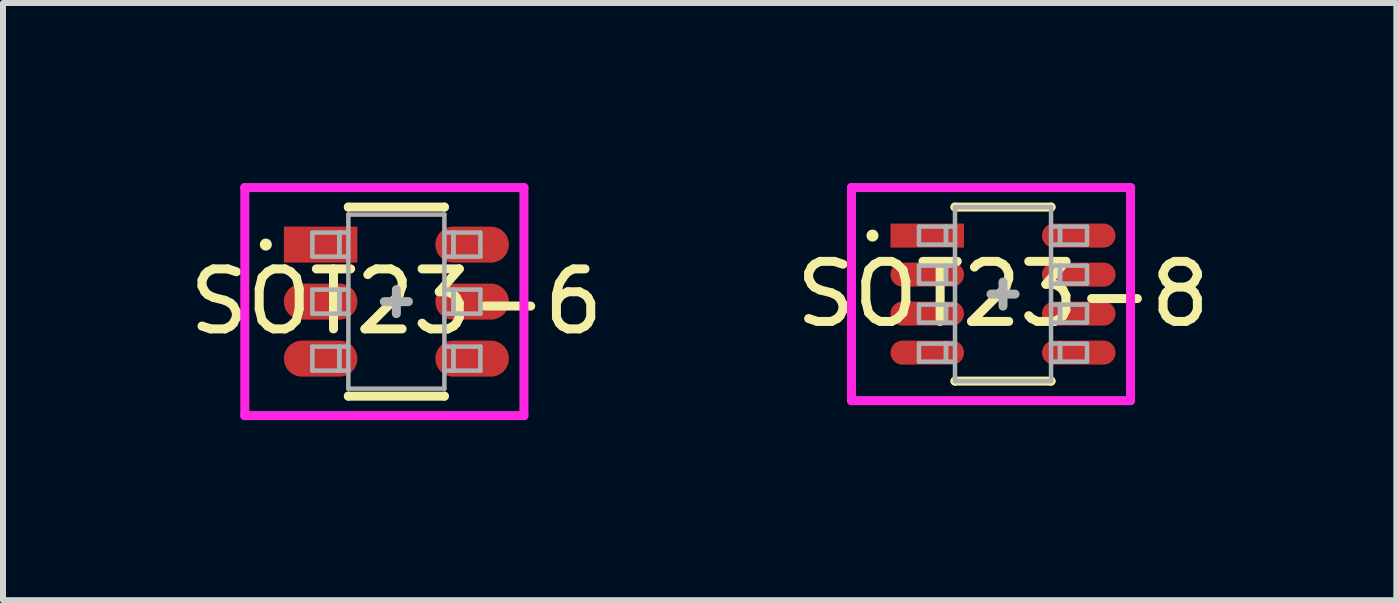
<source format=kicad_pcb>
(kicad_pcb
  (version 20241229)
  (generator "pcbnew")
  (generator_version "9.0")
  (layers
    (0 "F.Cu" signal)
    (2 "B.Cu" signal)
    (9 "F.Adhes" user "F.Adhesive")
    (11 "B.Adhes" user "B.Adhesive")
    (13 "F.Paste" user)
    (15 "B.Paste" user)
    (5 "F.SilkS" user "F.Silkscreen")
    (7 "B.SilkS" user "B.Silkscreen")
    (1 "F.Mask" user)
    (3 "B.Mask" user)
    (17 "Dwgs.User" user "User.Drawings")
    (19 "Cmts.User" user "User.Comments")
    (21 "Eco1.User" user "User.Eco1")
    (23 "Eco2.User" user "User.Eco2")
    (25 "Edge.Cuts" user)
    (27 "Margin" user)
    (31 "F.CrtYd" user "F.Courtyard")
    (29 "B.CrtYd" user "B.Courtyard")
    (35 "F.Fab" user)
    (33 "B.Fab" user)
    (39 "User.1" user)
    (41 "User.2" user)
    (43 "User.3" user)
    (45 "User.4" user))
  (footprint "SOT23-6"
    (layer "F.Cu")
    (at 3.554 1.975)
    (property "Reference" "SOT23-6" (at 0 0 0) (layer "F.SilkS") (effects (font (size 1 1) (thickness 0.15))))
    (attr through_hole)
    (fp_line (start -2.175 -0.95) (end -2.175 -0.95) (stroke (width 0.2) (type solid)) (layer "F.SilkS"))
    (fp_line (start -0.8 -1.575) (end -0.8 -1.575) (stroke (width 0.15) (type solid)) (layer "F.SilkS"))
    (fp_line (start -0.8 -1.575) (end 0.8 -1.575) (stroke (width 0.15) (type solid)) (layer "F.SilkS"))
    (fp_line (start -0.8 1.575) (end -0.8 1.575) (stroke (width 0.15) (type solid)) (layer "F.SilkS"))
    (fp_line (start -0.8 1.575) (end 0.8 1.575) (stroke (width 0.15) (type solid)) (layer "F.SilkS"))
    (fp_line (start 0.8 -1.575) (end 0.8 -1.575) (stroke (width 0.15) (type solid)) (layer "F.SilkS"))
    (fp_line (start 0.8 1.575) (end 0.8 1.575) (stroke (width 0.15) (type solid)) (layer "F.SilkS"))
    (fp_line (start -2.525 -1.9) (end -2.525 1.9) (stroke (width 0.15) (type solid)) (layer "F.CrtYd"))
    (fp_line (start -2.525 1.9) (end 2.125 1.9) (stroke (width 0.15) (type solid)) (layer "F.CrtYd"))
    (fp_line (start 2.125 -1.9) (end -2.525 -1.9) (stroke (width 0.15) (type solid)) (layer "F.CrtYd"))
    (fp_line (start 2.125 1.9) (end 2.125 -1.9) (stroke (width 0.15) (type solid)) (layer "F.CrtYd"))
    (fp_line (start -1.4 -1.15) (end -1.4 -0.75) (stroke (width 0.075) (type solid)) (layer "F.Fab"))
    (fp_line (start -1.4 -0.75) (end -0.95 -0.75) (stroke (width 0.075) (type solid)) (layer "F.Fab"))
    (fp_line (start -1.4 -0.2) (end -1.4 0.2) (stroke (width 0.075) (type solid)) (layer "F.Fab"))
    (fp_line (start -1.4 0.2) (end -0.95 0.2) (stroke (width 0.075) (type solid)) (layer "F.Fab"))
    (fp_line (start -1.4 0.75) (end -1.4 1.15) (stroke (width 0.075) (type solid)) (layer "F.Fab"))
    (fp_line (start -1.4 1.15) (end -0.95 1.15) (stroke (width 0.075) (type solid)) (layer "F.Fab"))
    (fp_line (start -0.95 -1.15) (end -1.4 -1.15) (stroke (width 0.075) (type solid)) (layer "F.Fab"))
    (fp_line (start -0.95 -1.15) (end -0.95 -0.75) (stroke (width 0.075) (type solid)) (layer "F.Fab"))
    (fp_line (start -0.95 -0.75) (end -0.95 -1.15) (stroke (width 0.075) (type solid)) (layer "F.Fab"))
    (fp_line (start -0.95 -0.75) (end -0.8 -0.75) (stroke (width 0.075) (type solid)) (layer "F.Fab"))
    (fp_line (start -0.95 -0.2) (end -1.4 -0.2) (stroke (width 0.075) (type solid)) (layer "F.Fab"))
    (fp_line (start -0.95 -0.2) (end -0.95 0.2) (stroke (width 0.075) (type solid)) (layer "F.Fab"))
    (fp_line (start -0.95 0.2) (end -0.95 -0.2) (stroke (width 0.075) (type solid)) (layer "F.Fab"))
    (fp_line (start -0.95 0.2) (end -0.8 0.2) (stroke (width 0.075) (type solid)) (layer "F.Fab"))
    (fp_line (start -0.95 0.75) (end -1.4 0.75) (stroke (width 0.075) (type solid)) (layer "F.Fab"))
    (fp_line (start -0.95 0.75) (end -0.95 1.15) (stroke (width 0.075) (type solid)) (layer "F.Fab"))
    (fp_line (start -0.95 1.15) (end -0.95 0.75) (stroke (width 0.075) (type solid)) (layer "F.Fab"))
    (fp_line (start -0.95 1.15) (end -0.8 1.15) (stroke (width 0.075) (type solid)) (layer "F.Fab"))
    (fp_line (start -0.8 -1.45) (end 0.8 -1.45) (stroke (width 0.075) (type solid)) (layer "F.Fab"))
    (fp_line (start -0.8 -1.15) (end -0.95 -1.15) (stroke (width 0.075) (type solid)) (layer "F.Fab"))
    (fp_line (start -0.8 -0.2) (end -0.95 -0.2) (stroke (width 0.075) (type solid)) (layer "F.Fab"))
    (fp_line (start -0.8 0.75) (end -0.95 0.75) (stroke (width 0.075) (type solid)) (layer "F.Fab"))
    (fp_line (start -0.8 1.45) (end -0.8 -1.45) (stroke (width 0.075) (type solid)) (layer "F.Fab"))
    (fp_line (start 0 -0.2) (end 0 0.2) (stroke (width 0.15) (type solid)) (layer "F.Fab"))
    (fp_line (start 0.2 0) (end -0.2 0) (stroke (width 0.15) (type solid)) (layer "F.Fab"))
    (fp_line (start 0.8 -1.45) (end 0.8 1.45) (stroke (width 0.075) (type solid)) (layer "F.Fab"))
    (fp_line (start 0.8 -0.75) (end 0.95 -0.75) (stroke (width 0.075) (type solid)) (layer "F.Fab"))
    (fp_line (start 0.8 0.2) (end 0.95 0.2) (stroke (width 0.075) (type solid)) (layer "F.Fab"))
    (fp_line (start 0.8 1.15) (end 0.95 1.15) (stroke (width 0.075) (type solid)) (layer "F.Fab"))
    (fp_line (start 0.8 1.45) (end -0.8 1.45) (stroke (width 0.075) (type solid)) (layer "F.Fab"))
    (fp_line (start 0.95 -1.15) (end 0.8 -1.15) (stroke (width 0.075) (type solid)) (layer "F.Fab"))
    (fp_line (start 0.95 -1.15) (end 0.95 -0.75) (stroke (width 0.075) (type solid)) (layer "F.Fab"))
    (fp_line (start 0.95 -0.75) (end 0.95 -1.15) (stroke (width 0.075) (type solid)) (layer "F.Fab"))
    (fp_line (start 0.95 -0.75) (end 1.4 -0.75) (stroke (width 0.075) (type solid)) (layer "F.Fab"))
    (fp_line (start 0.95 -0.2) (end 0.8 -0.2) (stroke (width 0.075) (type solid)) (layer "F.Fab"))
    (fp_line (start 0.95 -0.2) (end 0.95 0.2) (stroke (width 0.075) (type solid)) (layer "F.Fab"))
    (fp_line (start 0.95 0.2) (end 0.95 -0.2) (stroke (width 0.075) (type solid)) (layer "F.Fab"))
    (fp_line (start 0.95 0.2) (end 1.4 0.2) (stroke (width 0.075) (type solid)) (layer "F.Fab"))
    (fp_line (start 0.95 0.75) (end 0.8 0.75) (stroke (width 0.075) (type solid)) (layer "F.Fab"))
    (fp_line (start 0.95 0.75) (end 0.95 1.15) (stroke (width 0.075) (type solid)) (layer "F.Fab"))
    (fp_line (start 0.95 1.15) (end 0.95 0.75) (stroke (width 0.075) (type solid)) (layer "F.Fab"))
    (fp_line (start 0.95 1.15) (end 1.4 1.15) (stroke (width 0.075) (type solid)) (layer "F.Fab"))
    (fp_line (start 1.4 -1.15) (end 0.95 -1.15) (stroke (width 0.075) (type solid)) (layer "F.Fab"))
    (fp_line (start 1.4 -0.75) (end 1.4 -1.15) (stroke (width 0.075) (type solid)) (layer "F.Fab"))
    (fp_line (start 1.4 -0.2) (end 0.95 -0.2) (stroke (width 0.075) (type solid)) (layer "F.Fab"))
    (fp_line (start 1.4 0.2) (end 1.4 -0.2) (stroke (width 0.075) (type solid)) (layer "F.Fab"))
    (fp_line (start 1.4 0.75) (end 0.95 0.75) (stroke (width 0.075) (type solid)) (layer "F.Fab"))
    (fp_line (start 1.4 1.15) (end 1.4 0.75) (stroke (width 0.075) (type solid)) (layer "F.Fab"))
    (pad "1" smd rect (at -1.262 -0.95) (size 1.225 0.6) (layers "F.Cu" "F.Mask" "F.Paste"))
    (pad "2" smd oval (at -1.262 0) (size 1.225 0.6) (layers "F.Cu" "F.Mask" "F.Paste"))
    (pad "3" smd oval (at -1.262 0.95) (size 1.225 0.6) (layers "F.Cu" "F.Mask" "F.Paste"))
    (pad "4" smd oval (at 1.262 0.95) (size 1.225 0.6) (layers "F.Cu" "F.Mask" "F.Paste"))
    (pad "5" smd oval (at 1.262 0) (size 1.225 0.6) (layers "F.Cu" "F.Mask" "F.Paste"))
    (pad "6" smd oval (at 1.262 -0.95) (size 1.225 0.6) (layers "F.Cu" "F.Mask" "F.Paste")))
  (footprint "SOT23-8"
    (layer "F.Cu")
    (at 13.661 1.85)
    (property "Reference" "SOT23-8" (at 0 0 0) (layer "F.SilkS") (effects (font (size 1 1) (thickness 0.15))))
    (attr through_hole)
    (fp_line (start -2.175 -0.975) (end -2.175 -0.975) (stroke (width 0.2) (type solid)) (layer "F.SilkS"))
    (fp_line (start -0.8 -1.45) (end -0.8 -1.45) (stroke (width 0.15) (type solid)) (layer "F.SilkS"))
    (fp_line (start -0.8 -1.45) (end 0.8 -1.45) (stroke (width 0.15) (type solid)) (layer "F.SilkS"))
    (fp_line (start -0.8 1.45) (end -0.8 1.45) (stroke (width 0.15) (type solid)) (layer "F.SilkS"))
    (fp_line (start -0.8 1.45) (end 0.8 1.45) (stroke (width 0.15) (type solid)) (layer "F.SilkS"))
    (fp_line (start 0.8 -1.45) (end 0.8 -1.45) (stroke (width 0.15) (type solid)) (layer "F.SilkS"))
    (fp_line (start 0.8 1.45) (end 0.8 1.45) (stroke (width 0.15) (type solid)) (layer "F.SilkS"))
    (fp_line (start -2.525 -1.775) (end -2.525 1.775) (stroke (width 0.15) (type solid)) (layer "F.CrtYd"))
    (fp_line (start -2.525 1.775) (end 2.125 1.775) (stroke (width 0.15) (type solid)) (layer "F.CrtYd"))
    (fp_line (start 2.125 -1.775) (end -2.525 -1.775) (stroke (width 0.15) (type solid)) (layer "F.CrtYd"))
    (fp_line (start 2.125 1.775) (end 2.125 -1.775) (stroke (width 0.15) (type solid)) (layer "F.CrtYd"))
    (fp_line (start -1.4 -1.125) (end -1.4 -0.825) (stroke (width 0.075) (type solid)) (layer "F.Fab"))
    (fp_line (start -1.4 -0.825) (end -0.95 -0.825) (stroke (width 0.075) (type solid)) (layer "F.Fab"))
    (fp_line (start -1.4 -0.475) (end -1.4 -0.175) (stroke (width 0.075) (type solid)) (layer "F.Fab"))
    (fp_line (start -1.4 -0.175) (end -0.95 -0.175) (stroke (width 0.075) (type solid)) (layer "F.Fab"))
    (fp_line (start -1.4 0.175) (end -1.4 0.475) (stroke (width 0.075) (type solid)) (layer "F.Fab"))
    (fp_line (start -1.4 0.475) (end -0.95 0.475) (stroke (width 0.075) (type solid)) (layer "F.Fab"))
    (fp_line (start -1.4 0.825) (end -1.4 1.125) (stroke (width 0.075) (type solid)) (layer "F.Fab"))
    (fp_line (start -1.4 1.125) (end -0.95 1.125) (stroke (width 0.075) (type solid)) (layer "F.Fab"))
    (fp_line (start -0.95 -1.125) (end -1.4 -1.125) (stroke (width 0.075) (type solid)) (layer "F.Fab"))
    (fp_line (start -0.95 -1.125) (end -0.95 -0.825) (stroke (width 0.075) (type solid)) (layer "F.Fab"))
    (fp_line (start -0.95 -0.825) (end -0.95 -1.125) (stroke (width 0.075) (type solid)) (layer "F.Fab"))
    (fp_line (start -0.95 -0.825) (end -0.8 -0.825) (stroke (width 0.075) (type solid)) (layer "F.Fab"))
    (fp_line (start -0.95 -0.475) (end -1.4 -0.475) (stroke (width 0.075) (type solid)) (layer "F.Fab"))
    (fp_line (start -0.95 -0.475) (end -0.95 -0.175) (stroke (width 0.075) (type solid)) (layer "F.Fab"))
    (fp_line (start -0.95 -0.175) (end -0.95 -0.475) (stroke (width 0.075) (type solid)) (layer "F.Fab"))
    (fp_line (start -0.95 -0.175) (end -0.8 -0.175) (stroke (width 0.075) (type solid)) (layer "F.Fab"))
    (fp_line (start -0.95 0.175) (end -1.4 0.175) (stroke (width 0.075) (type solid)) (layer "F.Fab"))
    (fp_line (start -0.95 0.175) (end -0.95 0.475) (stroke (width 0.075) (type solid)) (layer "F.Fab"))
    (fp_line (start -0.95 0.475) (end -0.95 0.175) (stroke (width 0.075) (type solid)) (layer "F.Fab"))
    (fp_line (start -0.95 0.475) (end -0.8 0.475) (stroke (width 0.075) (type solid)) (layer "F.Fab"))
    (fp_line (start -0.95 0.825) (end -1.4 0.825) (stroke (width 0.075) (type solid)) (layer "F.Fab"))
    (fp_line (start -0.95 0.825) (end -0.95 1.125) (stroke (width 0.075) (type solid)) (layer "F.Fab"))
    (fp_line (start -0.95 1.125) (end -0.95 0.825) (stroke (width 0.075) (type solid)) (layer "F.Fab"))
    (fp_line (start -0.95 1.125) (end -0.8 1.125) (stroke (width 0.075) (type solid)) (layer "F.Fab"))
    (fp_line (start -0.8 -1.45) (end 0.8 -1.45) (stroke (width 0.075) (type solid)) (layer "F.Fab"))
    (fp_line (start -0.8 -1.125) (end -0.95 -1.125) (stroke (width 0.075) (type solid)) (layer "F.Fab"))
    (fp_line (start -0.8 -0.475) (end -0.95 -0.475) (stroke (width 0.075) (type solid)) (layer "F.Fab"))
    (fp_line (start -0.8 0.175) (end -0.95 0.175) (stroke (width 0.075) (type solid)) (layer "F.Fab"))
    (fp_line (start -0.8 0.825) (end -0.95 0.825) (stroke (width 0.075) (type solid)) (layer "F.Fab"))
    (fp_line (start -0.8 1.45) (end -0.8 -1.45) (stroke (width 0.075) (type solid)) (layer "F.Fab"))
    (fp_line (start 0 -0.2) (end 0 0.2) (stroke (width 0.15) (type solid)) (layer "F.Fab"))
    (fp_line (start 0.2 0) (end -0.2 0) (stroke (width 0.15) (type solid)) (layer "F.Fab"))
    (fp_line (start 0.8 -1.45) (end 0.8 1.45) (stroke (width 0.075) (type solid)) (layer "F.Fab"))
    (fp_line (start 0.8 -0.825) (end 0.95 -0.825) (stroke (width 0.075) (type solid)) (layer "F.Fab"))
    (fp_line (start 0.8 -0.175) (end 0.95 -0.175) (stroke (width 0.075) (type solid)) (layer "F.Fab"))
    (fp_line (start 0.8 0.475) (end 0.95 0.475) (stroke (width 0.075) (type solid)) (layer "F.Fab"))
    (fp_line (start 0.8 1.125) (end 0.95 1.125) (stroke (width 0.075) (type solid)) (layer "F.Fab"))
    (fp_line (start 0.8 1.45) (end -0.8 1.45) (stroke (width 0.075) (type solid)) (layer "F.Fab"))
    (fp_line (start 0.95 -1.125) (end 0.8 -1.125) (stroke (width 0.075) (type solid)) (layer "F.Fab"))
    (fp_line (start 0.95 -1.125) (end 0.95 -0.825) (stroke (width 0.075) (type solid)) (layer "F.Fab"))
    (fp_line (start 0.95 -0.825) (end 0.95 -1.125) (stroke (width 0.075) (type solid)) (layer "F.Fab"))
    (fp_line (start 0.95 -0.825) (end 1.4 -0.825) (stroke (width 0.075) (type solid)) (layer "F.Fab"))
    (fp_line (start 0.95 -0.475) (end 0.8 -0.475) (stroke (width 0.075) (type solid)) (layer "F.Fab"))
    (fp_line (start 0.95 -0.475) (end 0.95 -0.175) (stroke (width 0.075) (type solid)) (layer "F.Fab"))
    (fp_line (start 0.95 -0.175) (end 0.95 -0.475) (stroke (width 0.075) (type solid)) (layer "F.Fab"))
    (fp_line (start 0.95 -0.175) (end 1.4 -0.175) (stroke (width 0.075) (type solid)) (layer "F.Fab"))
    (fp_line (start 0.95 0.175) (end 0.8 0.175) (stroke (width 0.075) (type solid)) (layer "F.Fab"))
    (fp_line (start 0.95 0.175) (end 0.95 0.475) (stroke (width 0.075) (type solid)) (layer "F.Fab"))
    (fp_line (start 0.95 0.475) (end 0.95 0.175) (stroke (width 0.075) (type solid)) (layer "F.Fab"))
    (fp_line (start 0.95 0.475) (end 1.4 0.475) (stroke (width 0.075) (type solid)) (layer "F.Fab"))
    (fp_line (start 0.95 0.825) (end 0.8 0.825) (stroke (width 0.075) (type solid)) (layer "F.Fab"))
    (fp_line (start 0.95 0.825) (end 0.95 1.125) (stroke (width 0.075) (type solid)) (layer "F.Fab"))
    (fp_line (start 0.95 1.125) (end 0.95 0.825) (stroke (width 0.075) (type solid)) (layer "F.Fab"))
    (fp_line (start 0.95 1.125) (end 1.4 1.125) (stroke (width 0.075) (type solid)) (layer "F.Fab"))
    (fp_line (start 1.4 -1.125) (end 0.95 -1.125) (stroke (width 0.075) (type solid)) (layer "F.Fab"))
    (fp_line (start 1.4 -0.825) (end 1.4 -1.125) (stroke (width 0.075) (type solid)) (layer "F.Fab"))
    (fp_line (start 1.4 -0.475) (end 0.95 -0.475) (stroke (width 0.075) (type solid)) (layer "F.Fab"))
    (fp_line (start 1.4 -0.175) (end 1.4 -0.475) (stroke (width 0.075) (type solid)) (layer "F.Fab"))
    (fp_line (start 1.4 0.175) (end 0.95 0.175) (stroke (width 0.075) (type solid)) (layer "F.Fab"))
    (fp_line (start 1.4 0.475) (end 1.4 0.175) (stroke (width 0.075) (type solid)) (layer "F.Fab"))
    (fp_line (start 1.4 0.825) (end 0.95 0.825) (stroke (width 0.075) (type solid)) (layer "F.Fab"))
    (fp_line (start 1.4 1.125) (end 1.4 0.825) (stroke (width 0.075) (type solid)) (layer "F.Fab"))
    (pad "1" smd rect (at -1.262 -0.975) (size 1.225 0.4) (layers "F.Cu" "F.Mask" "F.Paste"))
    (pad "2" smd oval (at -1.262 -0.325) (size 1.225 0.4) (layers "F.Cu" "F.Mask" "F.Paste"))
    (pad "3" smd oval (at -1.262 0.325) (size 1.225 0.4) (layers "F.Cu" "F.Mask" "F.Paste"))
    (pad "4" smd oval (at -1.262 0.975) (size 1.225 0.4) (layers "F.Cu" "F.Mask" "F.Paste"))
    (pad "5" smd oval (at 1.262 0.975) (size 1.225 0.4) (layers "F.Cu" "F.Mask" "F.Paste"))
    (pad "6" smd oval (at 1.262 0.325) (size 1.225 0.4) (layers "F.Cu" "F.Mask" "F.Paste"))
    (pad "7" smd oval (at 1.262 -0.325) (size 1.225 0.4) (layers "F.Cu" "F.Mask" "F.Paste"))
    (pad "8" smd oval (at 1.262 -0.975) (size 1.225 0.4) (layers "F.Cu" "F.Mask" "F.Paste")))
  (gr_rect
    (start -3 -3)
    (end 20.214 6.95)
    (stroke (width 0.1) (type default))
    (fill no)
    (layer "Edge.Cuts")))
</source>
